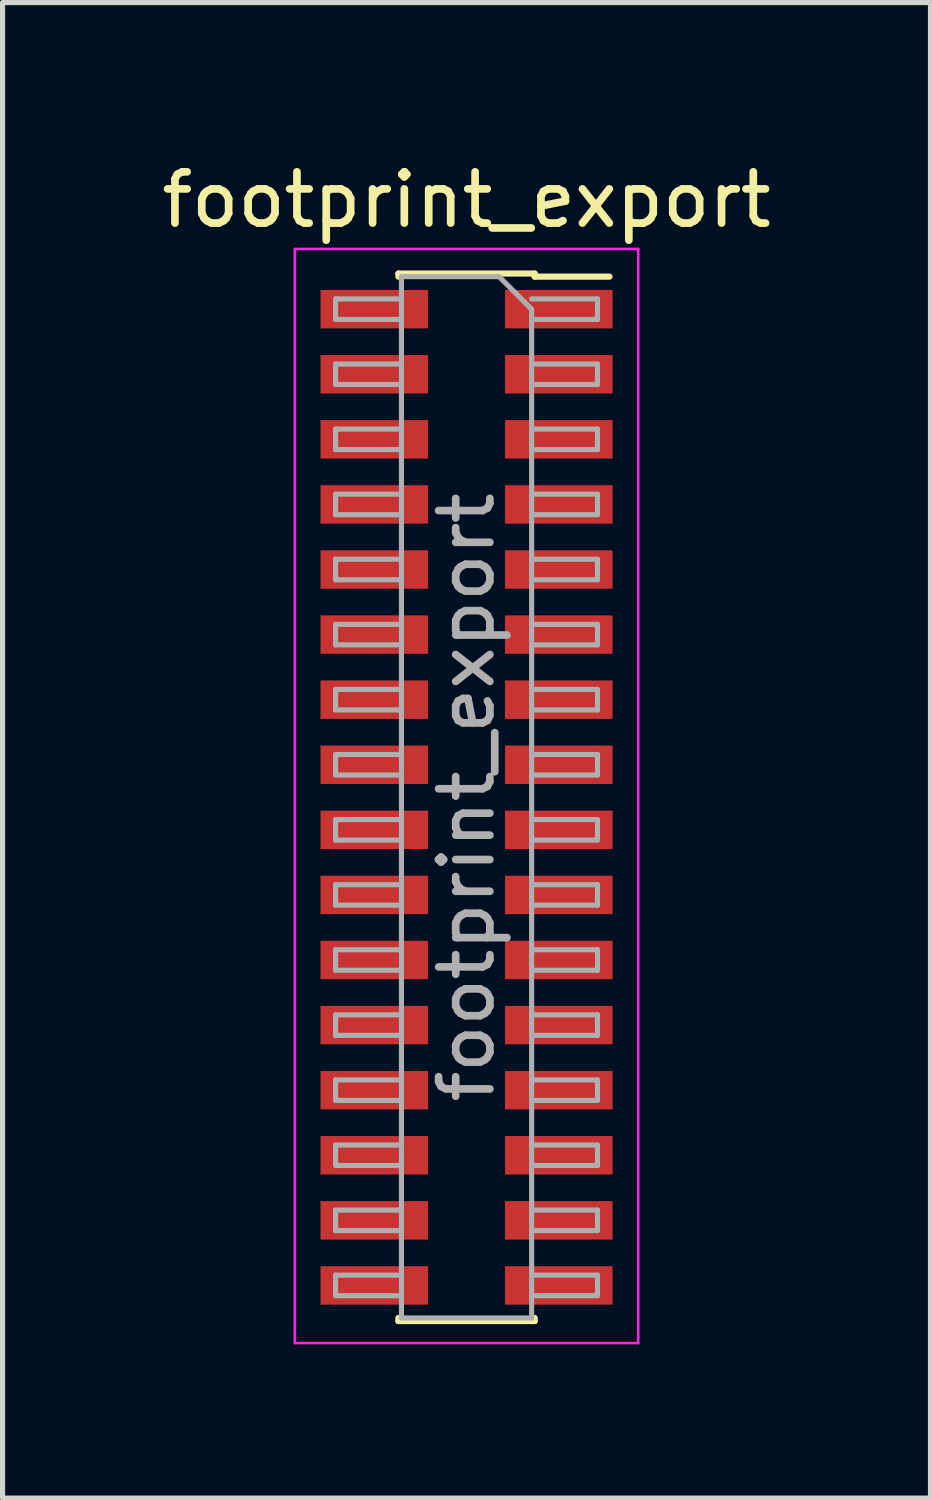
<source format=kicad_pcb>
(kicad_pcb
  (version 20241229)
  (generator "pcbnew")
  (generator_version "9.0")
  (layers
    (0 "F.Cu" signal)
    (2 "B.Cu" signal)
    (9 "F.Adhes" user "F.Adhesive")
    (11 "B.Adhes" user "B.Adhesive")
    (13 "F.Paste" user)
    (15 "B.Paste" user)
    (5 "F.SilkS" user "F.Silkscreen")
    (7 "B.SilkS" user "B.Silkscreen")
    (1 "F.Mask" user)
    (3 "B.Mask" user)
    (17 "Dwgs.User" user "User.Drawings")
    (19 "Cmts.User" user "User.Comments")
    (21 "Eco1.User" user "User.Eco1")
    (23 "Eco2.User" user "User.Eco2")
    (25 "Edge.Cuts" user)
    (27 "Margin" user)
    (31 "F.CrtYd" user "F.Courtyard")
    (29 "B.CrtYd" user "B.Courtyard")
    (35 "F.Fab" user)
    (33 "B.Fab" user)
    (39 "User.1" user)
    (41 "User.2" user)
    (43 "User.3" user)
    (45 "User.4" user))
  (footprint "footprint_export"
    (layer "F.Cu")
    (at 6.054 12.508)
    (property "Reference" "footprint_export" (at 0 -11.66 0) (layer "F.SilkS") (effects (font (size 1 1) (thickness 0.15))))
    (attr smd)
    (fp_line (start -1.33 -10.22) (end -1.33 -10.16) (stroke (width 0.12) (type solid)) (layer "F.SilkS"))
    (fp_line (start -1.33 -10.22) (end 1.33 -10.22) (stroke (width 0.12) (type solid)) (layer "F.SilkS"))
    (fp_line (start -1.33 10.16) (end -1.33 10.22) (stroke (width 0.12) (type solid)) (layer "F.SilkS"))
    (fp_line (start -1.33 10.22) (end 1.33 10.22) (stroke (width 0.12) (type solid)) (layer "F.SilkS"))
    (fp_line (start 1.33 -10.22) (end 1.33 -10.16) (stroke (width 0.12) (type solid)) (layer "F.SilkS"))
    (fp_line (start 1.33 -10.16) (end 2.79 -10.16) (stroke (width 0.12) (type solid)) (layer "F.SilkS"))
    (fp_line (start 1.33 10.16) (end 1.33 10.22) (stroke (width 0.12) (type solid)) (layer "F.SilkS"))
    (fp_line (start -3.35 -10.7) (end 3.35 -10.7) (stroke (width 0.05) (type solid)) (layer "F.CrtYd"))
    (fp_line (start -3.35 10.65) (end -3.35 -10.7) (stroke (width 0.05) (type solid)) (layer "F.CrtYd"))
    (fp_line (start 3.35 -10.7) (end 3.35 10.65) (stroke (width 0.05) (type solid)) (layer "F.CrtYd"))
    (fp_line (start 3.35 10.65) (end -3.35 10.65) (stroke (width 0.05) (type solid)) (layer "F.CrtYd"))
    (fp_line (start -2.555 -9.725) (end -1.27 -9.725) (stroke (width 0.1) (type solid)) (layer "F.Fab"))
    (fp_line (start -2.555 -9.325) (end -2.555 -9.725) (stroke (width 0.1) (type solid)) (layer "F.Fab"))
    (fp_line (start -2.555 -8.455) (end -1.27 -8.455) (stroke (width 0.1) (type solid)) (layer "F.Fab"))
    (fp_line (start -2.555 -8.055) (end -2.555 -8.455) (stroke (width 0.1) (type solid)) (layer "F.Fab"))
    (fp_line (start -2.555 -7.185) (end -1.27 -7.185) (stroke (width 0.1) (type solid)) (layer "F.Fab"))
    (fp_line (start -2.555 -6.785) (end -2.555 -7.185) (stroke (width 0.1) (type solid)) (layer "F.Fab"))
    (fp_line (start -2.555 -5.915) (end -1.27 -5.915) (stroke (width 0.1) (type solid)) (layer "F.Fab"))
    (fp_line (start -2.555 -5.515) (end -2.555 -5.915) (stroke (width 0.1) (type solid)) (layer "F.Fab"))
    (fp_line (start -2.555 -4.645) (end -1.27 -4.645) (stroke (width 0.1) (type solid)) (layer "F.Fab"))
    (fp_line (start -2.555 -4.245) (end -2.555 -4.645) (stroke (width 0.1) (type solid)) (layer "F.Fab"))
    (fp_line (start -2.555 -3.375) (end -1.27 -3.375) (stroke (width 0.1) (type solid)) (layer "F.Fab"))
    (fp_line (start -2.555 -2.975) (end -2.555 -3.375) (stroke (width 0.1) (type solid)) (layer "F.Fab"))
    (fp_line (start -2.555 -2.105) (end -1.27 -2.105) (stroke (width 0.1) (type solid)) (layer "F.Fab"))
    (fp_line (start -2.555 -1.705) (end -2.555 -2.105) (stroke (width 0.1) (type solid)) (layer "F.Fab"))
    (fp_line (start -2.555 -0.835) (end -1.27 -0.835) (stroke (width 0.1) (type solid)) (layer "F.Fab"))
    (fp_line (start -2.555 -0.435) (end -2.555 -0.835) (stroke (width 0.1) (type solid)) (layer "F.Fab"))
    (fp_line (start -2.555 0.435) (end -1.27 0.435) (stroke (width 0.1) (type solid)) (layer "F.Fab"))
    (fp_line (start -2.555 0.835) (end -2.555 0.435) (stroke (width 0.1) (type solid)) (layer "F.Fab"))
    (fp_line (start -2.555 1.705) (end -1.27 1.705) (stroke (width 0.1) (type solid)) (layer "F.Fab"))
    (fp_line (start -2.555 2.105) (end -2.555 1.705) (stroke (width 0.1) (type solid)) (layer "F.Fab"))
    (fp_line (start -2.555 2.975) (end -1.27 2.975) (stroke (width 0.1) (type solid)) (layer "F.Fab"))
    (fp_line (start -2.555 3.375) (end -2.555 2.975) (stroke (width 0.1) (type solid)) (layer "F.Fab"))
    (fp_line (start -2.555 4.245) (end -1.27 4.245) (stroke (width 0.1) (type solid)) (layer "F.Fab"))
    (fp_line (start -2.555 4.645) (end -2.555 4.245) (stroke (width 0.1) (type solid)) (layer "F.Fab"))
    (fp_line (start -2.555 5.515) (end -1.27 5.515) (stroke (width 0.1) (type solid)) (layer "F.Fab"))
    (fp_line (start -2.555 5.915) (end -2.555 5.515) (stroke (width 0.1) (type solid)) (layer "F.Fab"))
    (fp_line (start -2.555 6.785) (end -1.27 6.785) (stroke (width 0.1) (type solid)) (layer "F.Fab"))
    (fp_line (start -2.555 7.185) (end -2.555 6.785) (stroke (width 0.1) (type solid)) (layer "F.Fab"))
    (fp_line (start -2.555 8.055) (end -1.27 8.055) (stroke (width 0.1) (type solid)) (layer "F.Fab"))
    (fp_line (start -2.555 8.455) (end -2.555 8.055) (stroke (width 0.1) (type solid)) (layer "F.Fab"))
    (fp_line (start -2.555 9.325) (end -1.27 9.325) (stroke (width 0.1) (type solid)) (layer "F.Fab"))
    (fp_line (start -2.555 9.725) (end -2.555 9.325) (stroke (width 0.1) (type solid)) (layer "F.Fab"))
    (fp_line (start -1.27 -10.16) (end 0.635 -10.16) (stroke (width 0.1) (type solid)) (layer "F.Fab"))
    (fp_line (start -1.27 -9.325) (end -2.555 -9.325) (stroke (width 0.1) (type solid)) (layer "F.Fab"))
    (fp_line (start -1.27 -8.055) (end -2.555 -8.055) (stroke (width 0.1) (type solid)) (layer "F.Fab"))
    (fp_line (start -1.27 -6.785) (end -2.555 -6.785) (stroke (width 0.1) (type solid)) (layer "F.Fab"))
    (fp_line (start -1.27 -5.515) (end -2.555 -5.515) (stroke (width 0.1) (type solid)) (layer "F.Fab"))
    (fp_line (start -1.27 -4.245) (end -2.555 -4.245) (stroke (width 0.1) (type solid)) (layer "F.Fab"))
    (fp_line (start -1.27 -2.975) (end -2.555 -2.975) (stroke (width 0.1) (type solid)) (layer "F.Fab"))
    (fp_line (start -1.27 -1.705) (end -2.555 -1.705) (stroke (width 0.1) (type solid)) (layer "F.Fab"))
    (fp_line (start -1.27 -0.435) (end -2.555 -0.435) (stroke (width 0.1) (type solid)) (layer "F.Fab"))
    (fp_line (start -1.27 0.835) (end -2.555 0.835) (stroke (width 0.1) (type solid)) (layer "F.Fab"))
    (fp_line (start -1.27 2.105) (end -2.555 2.105) (stroke (width 0.1) (type solid)) (layer "F.Fab"))
    (fp_line (start -1.27 3.375) (end -2.555 3.375) (stroke (width 0.1) (type solid)) (layer "F.Fab"))
    (fp_line (start -1.27 4.645) (end -2.555 4.645) (stroke (width 0.1) (type solid)) (layer "F.Fab"))
    (fp_line (start -1.27 5.915) (end -2.555 5.915) (stroke (width 0.1) (type solid)) (layer "F.Fab"))
    (fp_line (start -1.27 7.185) (end -2.555 7.185) (stroke (width 0.1) (type solid)) (layer "F.Fab"))
    (fp_line (start -1.27 8.455) (end -2.555 8.455) (stroke (width 0.1) (type solid)) (layer "F.Fab"))
    (fp_line (start -1.27 9.725) (end -2.555 9.725) (stroke (width 0.1) (type solid)) (layer "F.Fab"))
    (fp_line (start -1.27 10.16) (end -1.27 -10.16) (stroke (width 0.1) (type solid)) (layer "F.Fab"))
    (fp_line (start 0.635 -10.16) (end 1.27 -9.525) (stroke (width 0.1) (type solid)) (layer "F.Fab"))
    (fp_line (start 1.27 -9.725) (end 2.555 -9.725) (stroke (width 0.1) (type solid)) (layer "F.Fab"))
    (fp_line (start 1.27 -9.525) (end 1.27 10.16) (stroke (width 0.1) (type solid)) (layer "F.Fab"))
    (fp_line (start 1.27 -8.455) (end 2.555 -8.455) (stroke (width 0.1) (type solid)) (layer "F.Fab"))
    (fp_line (start 1.27 -7.185) (end 2.555 -7.185) (stroke (width 0.1) (type solid)) (layer "F.Fab"))
    (fp_line (start 1.27 -5.915) (end 2.555 -5.915) (stroke (width 0.1) (type solid)) (layer "F.Fab"))
    (fp_line (start 1.27 -4.645) (end 2.555 -4.645) (stroke (width 0.1) (type solid)) (layer "F.Fab"))
    (fp_line (start 1.27 -3.375) (end 2.555 -3.375) (stroke (width 0.1) (type solid)) (layer "F.Fab"))
    (fp_line (start 1.27 -2.105) (end 2.555 -2.105) (stroke (width 0.1) (type solid)) (layer "F.Fab"))
    (fp_line (start 1.27 -0.835) (end 2.555 -0.835) (stroke (width 0.1) (type solid)) (layer "F.Fab"))
    (fp_line (start 1.27 0.435) (end 2.555 0.435) (stroke (width 0.1) (type solid)) (layer "F.Fab"))
    (fp_line (start 1.27 1.705) (end 2.555 1.705) (stroke (width 0.1) (type solid)) (layer "F.Fab"))
    (fp_line (start 1.27 2.975) (end 2.555 2.975) (stroke (width 0.1) (type solid)) (layer "F.Fab"))
    (fp_line (start 1.27 4.245) (end 2.555 4.245) (stroke (width 0.1) (type solid)) (layer "F.Fab"))
    (fp_line (start 1.27 5.515) (end 2.555 5.515) (stroke (width 0.1) (type solid)) (layer "F.Fab"))
    (fp_line (start 1.27 6.785) (end 2.555 6.785) (stroke (width 0.1) (type solid)) (layer "F.Fab"))
    (fp_line (start 1.27 8.055) (end 2.555 8.055) (stroke (width 0.1) (type solid)) (layer "F.Fab"))
    (fp_line (start 1.27 9.325) (end 2.555 9.325) (stroke (width 0.1) (type solid)) (layer "F.Fab"))
    (fp_line (start 1.27 10.16) (end -1.27 10.16) (stroke (width 0.1) (type solid)) (layer "F.Fab"))
    (fp_line (start 2.555 -9.725) (end 2.555 -9.325) (stroke (width 0.1) (type solid)) (layer "F.Fab"))
    (fp_line (start 2.555 -9.325) (end 1.27 -9.325) (stroke (width 0.1) (type solid)) (layer "F.Fab"))
    (fp_line (start 2.555 -8.455) (end 2.555 -8.055) (stroke (width 0.1) (type solid)) (layer "F.Fab"))
    (fp_line (start 2.555 -8.055) (end 1.27 -8.055) (stroke (width 0.1) (type solid)) (layer "F.Fab"))
    (fp_line (start 2.555 -7.185) (end 2.555 -6.785) (stroke (width 0.1) (type solid)) (layer "F.Fab"))
    (fp_line (start 2.555 -6.785) (end 1.27 -6.785) (stroke (width 0.1) (type solid)) (layer "F.Fab"))
    (fp_line (start 2.555 -5.915) (end 2.555 -5.515) (stroke (width 0.1) (type solid)) (layer "F.Fab"))
    (fp_line (start 2.555 -5.515) (end 1.27 -5.515) (stroke (width 0.1) (type solid)) (layer "F.Fab"))
    (fp_line (start 2.555 -4.645) (end 2.555 -4.245) (stroke (width 0.1) (type solid)) (layer "F.Fab"))
    (fp_line (start 2.555 -4.245) (end 1.27 -4.245) (stroke (width 0.1) (type solid)) (layer "F.Fab"))
    (fp_line (start 2.555 -3.375) (end 2.555 -2.975) (stroke (width 0.1) (type solid)) (layer "F.Fab"))
    (fp_line (start 2.555 -2.975) (end 1.27 -2.975) (stroke (width 0.1) (type solid)) (layer "F.Fab"))
    (fp_line (start 2.555 -2.105) (end 2.555 -1.705) (stroke (width 0.1) (type solid)) (layer "F.Fab"))
    (fp_line (start 2.555 -1.705) (end 1.27 -1.705) (stroke (width 0.1) (type solid)) (layer "F.Fab"))
    (fp_line (start 2.555 -0.835) (end 2.555 -0.435) (stroke (width 0.1) (type solid)) (layer "F.Fab"))
    (fp_line (start 2.555 -0.435) (end 1.27 -0.435) (stroke (width 0.1) (type solid)) (layer "F.Fab"))
    (fp_line (start 2.555 0.435) (end 2.555 0.835) (stroke (width 0.1) (type solid)) (layer "F.Fab"))
    (fp_line (start 2.555 0.835) (end 1.27 0.835) (stroke (width 0.1) (type solid)) (layer "F.Fab"))
    (fp_line (start 2.555 1.705) (end 2.555 2.105) (stroke (width 0.1) (type solid)) (layer "F.Fab"))
    (fp_line (start 2.555 2.105) (end 1.27 2.105) (stroke (width 0.1) (type solid)) (layer "F.Fab"))
    (fp_line (start 2.555 2.975) (end 2.555 3.375) (stroke (width 0.1) (type solid)) (layer "F.Fab"))
    (fp_line (start 2.555 3.375) (end 1.27 3.375) (stroke (width 0.1) (type solid)) (layer "F.Fab"))
    (fp_line (start 2.555 4.245) (end 2.555 4.645) (stroke (width 0.1) (type solid)) (layer "F.Fab"))
    (fp_line (start 2.555 4.645) (end 1.27 4.645) (stroke (width 0.1) (type solid)) (layer "F.Fab"))
    (fp_line (start 2.555 5.515) (end 2.555 5.915) (stroke (width 0.1) (type solid)) (layer "F.Fab"))
    (fp_line (start 2.555 5.915) (end 1.27 5.915) (stroke (width 0.1) (type solid)) (layer "F.Fab"))
    (fp_line (start 2.555 6.785) (end 2.555 7.185) (stroke (width 0.1) (type solid)) (layer "F.Fab"))
    (fp_line (start 2.555 7.185) (end 1.27 7.185) (stroke (width 0.1) (type solid)) (layer "F.Fab"))
    (fp_line (start 2.555 8.055) (end 2.555 8.455) (stroke (width 0.1) (type solid)) (layer "F.Fab"))
    (fp_line (start 2.555 8.455) (end 1.27 8.455) (stroke (width 0.1) (type solid)) (layer "F.Fab"))
    (fp_line (start 2.555 9.325) (end 2.555 9.725) (stroke (width 0.1) (type solid)) (layer "F.Fab"))
    (fp_line (start 2.555 9.725) (end 1.27 9.725) (stroke (width 0.1) (type solid)) (layer "F.Fab"))
    (fp_text user "${REFERENCE}" (at 0 0 90) (layer "F.Fab") (effects (font (size 1 1) (thickness 0.15))))
    (pad "1" smd rect (at 1.8 -9.525) (size 2.1 0.75) (layers "F.Cu" "F.Mask" "F.Paste"))
    (pad "2" smd rect (at -1.8 -9.525) (size 2.1 0.75) (layers "F.Cu" "F.Mask" "F.Paste"))
    (pad "3" smd rect (at 1.8 -8.255) (size 2.1 0.75) (layers "F.Cu" "F.Mask" "F.Paste"))
    (pad "4" smd rect (at -1.8 -8.255) (size 2.1 0.75) (layers "F.Cu" "F.Mask" "F.Paste"))
    (pad "5" smd rect (at 1.8 -6.985) (size 2.1 0.75) (layers "F.Cu" "F.Mask" "F.Paste"))
    (pad "6" smd rect (at -1.8 -6.985) (size 2.1 0.75) (layers "F.Cu" "F.Mask" "F.Paste"))
    (pad "7" smd rect (at 1.8 -5.715) (size 2.1 0.75) (layers "F.Cu" "F.Mask" "F.Paste"))
    (pad "8" smd rect (at -1.8 -5.715) (size 2.1 0.75) (layers "F.Cu" "F.Mask" "F.Paste"))
    (pad "9" smd rect (at 1.8 -4.445) (size 2.1 0.75) (layers "F.Cu" "F.Mask" "F.Paste"))
    (pad "10" smd rect (at -1.8 -4.445) (size 2.1 0.75) (layers "F.Cu" "F.Mask" "F.Paste"))
    (pad "11" smd rect (at 1.8 -3.175) (size 2.1 0.75) (layers "F.Cu" "F.Mask" "F.Paste"))
    (pad "12" smd rect (at -1.8 -3.175) (size 2.1 0.75) (layers "F.Cu" "F.Mask" "F.Paste"))
    (pad "13" smd rect (at 1.8 -1.905) (size 2.1 0.75) (layers "F.Cu" "F.Mask" "F.Paste"))
    (pad "14" smd rect (at -1.8 -1.905) (size 2.1 0.75) (layers "F.Cu" "F.Mask" "F.Paste"))
    (pad "15" smd rect (at 1.8 -0.635) (size 2.1 0.75) (layers "F.Cu" "F.Mask" "F.Paste"))
    (pad "16" smd rect (at -1.8 -0.635) (size 2.1 0.75) (layers "F.Cu" "F.Mask" "F.Paste"))
    (pad "17" smd rect (at 1.8 0.635) (size 2.1 0.75) (layers "F.Cu" "F.Mask" "F.Paste"))
    (pad "18" smd rect (at -1.8 0.635) (size 2.1 0.75) (layers "F.Cu" "F.Mask" "F.Paste"))
    (pad "19" smd rect (at 1.8 1.905) (size 2.1 0.75) (layers "F.Cu" "F.Mask" "F.Paste"))
    (pad "20" smd rect (at -1.8 1.905) (size 2.1 0.75) (layers "F.Cu" "F.Mask" "F.Paste"))
    (pad "21" smd rect (at 1.8 3.175) (size 2.1 0.75) (layers "F.Cu" "F.Mask" "F.Paste"))
    (pad "22" smd rect (at -1.8 3.175) (size 2.1 0.75) (layers "F.Cu" "F.Mask" "F.Paste"))
    (pad "23" smd rect (at 1.8 4.445) (size 2.1 0.75) (layers "F.Cu" "F.Mask" "F.Paste"))
    (pad "24" smd rect (at -1.8 4.445) (size 2.1 0.75) (layers "F.Cu" "F.Mask" "F.Paste"))
    (pad "25" smd rect (at 1.8 5.715) (size 2.1 0.75) (layers "F.Cu" "F.Mask" "F.Paste"))
    (pad "26" smd rect (at -1.8 5.715) (size 2.1 0.75) (layers "F.Cu" "F.Mask" "F.Paste"))
    (pad "27" smd rect (at 1.8 6.985) (size 2.1 0.75) (layers "F.Cu" "F.Mask" "F.Paste"))
    (pad "28" smd rect (at -1.8 6.985) (size 2.1 0.75) (layers "F.Cu" "F.Mask" "F.Paste"))
    (pad "29" smd rect (at 1.8 8.255) (size 2.1 0.75) (layers "F.Cu" "F.Mask" "F.Paste"))
    (pad "30" smd rect (at -1.8 8.255) (size 2.1 0.75) (layers "F.Cu" "F.Mask" "F.Paste"))
    (pad "31" smd rect (at 1.8 9.525) (size 2.1 0.75) (layers "F.Cu" "F.Mask" "F.Paste"))
    (pad "32" smd rect (at -1.8 9.525) (size 2.1 0.75) (layers "F.Cu" "F.Mask" "F.Paste")))
  (gr_rect
    (start -3 -3)
    (end 15.107 26.183)
    (stroke (width 0.1) (type default))
    (fill no)
    (layer "Edge.Cuts")))
</source>
